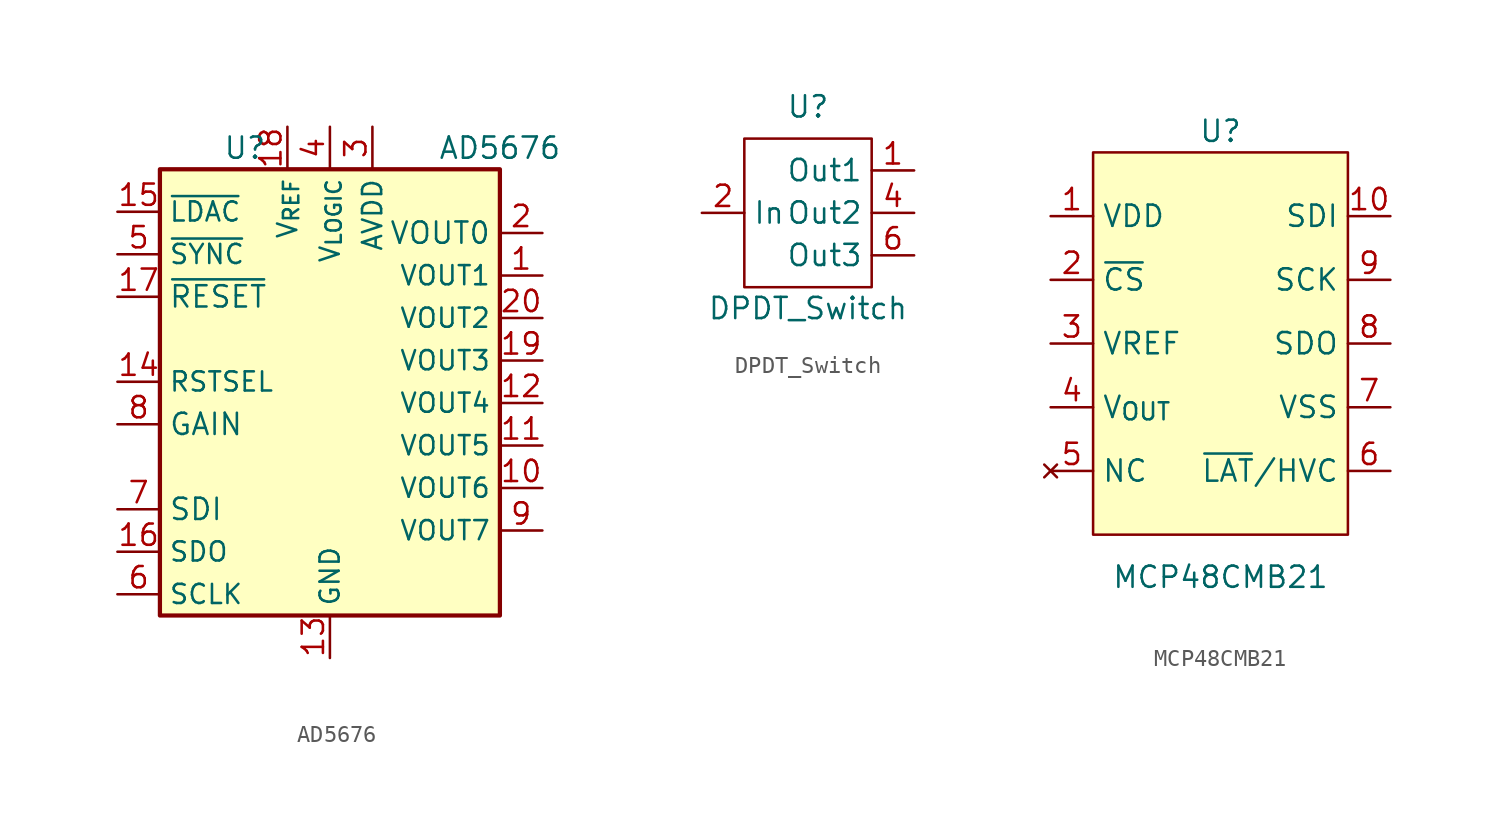
<source format=kicad_sym>
(kicad_symbol_lib
  (version 20211014)
  (generator kicad_symbol_editor)
  (symbol "AD5676"
    (property "Reference" "U"
      (at -5.08 13.97 0)
      (effects (font (size 1.27 1.27))))
    (property "Value" "AD5676"
      (at 10.16 13.97 0)
      (effects (font (size 1.27 1.27))))
    (symbol "AD5676_0_0"
      (pin input line (at -12.7 5.08 0) (length 2.54) (name "~{RESET}" (effects (font (size 1.27 1.27)))) (number "17" (effects (font (size 1.27 1.27)))))
      (pin output line (at 12.7 8.89 180) (length 2.54) (name "VOUT0" (effects (font (size 1.27 1.27)))) (number "2" (effects (font (size 1.27 1.27)))))
      (pin input line (at -12.7 -7.62 0) (length 2.54) (name "SDI" (effects (font (size 1.27 1.27)))) (number "7" (effects (font (size 1.27 1.27)))))
      (pin output line (at -12.7 -2.54 0) (length 2.54) (name "GAIN" (effects (font (size 1.27 1.27)))) (number "8" (effects (font (size 1.27 1.27))))))
    (symbol "AD5676_0_1"
      (rectangle (start -10.16 12.7) (end 10.16 -13.97) (stroke (width 0.254) (type default) (color 0 0 0 0)) (fill (type background))))
    (symbol "AD5676_1_1"
      (pin output line (at 12.7 6.35 180) (length 2.54) (name "VOUT1" (effects (font (size 1.143 1.143)))) (number "1" (effects (font (size 1.27 1.27)))))
      (pin output line (at 12.7 -6.35 180) (length 2.54) (name "VOUT6" (effects (font (size 1.143 1.143)))) (number "10" (effects (font (size 1.27 1.27)))))
      (pin output line (at 12.7 -3.81 180) (length 2.54) (name "VOUT5" (effects (font (size 1.143 1.143)))) (number "11" (effects (font (size 1.27 1.27)))))
      (pin output line (at 12.7 -1.27 180) (length 2.54) (name "VOUT4" (effects (font (size 1.143 1.143)))) (number "12" (effects (font (size 1.27 1.27)))))
      (pin power_in line (at 0 -16.51 90) (length 2.54) (name "GND" (effects (font (size 1.143 1.143)))) (number "13" (effects (font (size 1.27 1.27)))))
      (pin bidirectional line (at -12.7 0 0) (length 2.54) (name "RSTSEL" (effects (font (size 1.143 1.143)))) (number "14" (effects (font (size 1.27 1.27)))))
      (pin input line (at -12.7 10.16 0) (length 2.54) (name "~{LDAC}" (effects (font (size 1.143 1.143)))) (number "15" (effects (font (size 1.27 1.27)))))
      (pin output line (at -12.7 -10.16 0) (length 2.54) (name "SDO" (effects (font (size 1.143 1.143)))) (number "16" (effects (font (size 1.27 1.27)))))
      (pin input line (at -2.54 15.24 270) (length 2.54) (name "V_{REF}" (effects (font (size 1.143 1.143)))) (number "18" (effects (font (size 1.27 1.27)))))
      (pin output line (at 12.7 1.27 180) (length 2.54) (name "VOUT3" (effects (font (size 1.143 1.143)))) (number "19" (effects (font (size 1.27 1.27)))))
      (pin output line (at 12.7 3.81 180) (length 2.54) (name "VOUT2" (effects (font (size 1.143 1.143)))) (number "20" (effects (font (size 1.27 1.27)))))
      (pin power_in line (at 2.54 15.24 270) (length 2.54) (name "AVDD" (effects (font (size 1.143 1.143)))) (number "3" (effects (font (size 1.27 1.27)))))
      (pin power_in line (at 0 15.24 270) (length 2.54) (name "V_{LOGIC}" (effects (font (size 1.143 1.143)))) (number "4" (effects (font (size 1.27 1.27)))))
      (pin input line (at -12.7 7.62 0) (length 2.54) (name "~{SYNC}" (effects (font (size 1.143 1.143)))) (number "5" (effects (font (size 1.27 1.27)))))
      (pin input line (at -12.7 -12.7 0) (length 2.54) (name "SCLK" (effects (font (size 1.143 1.143)))) (number "6" (effects (font (size 1.27 1.27)))))
      (pin output line (at 12.7 -8.89 180) (length 2.54) (name "VOUT7" (effects (font (size 1.143 1.143)))) (number "9" (effects (font (size 1.27 1.27)))))))
  (symbol "DPDT_Switch"
    (property "Reference" "U"
      (at 0 5.08 0)
      (effects (font (size 1.27 1.27))))
    (property "Value" "DPDT_Switch"
      (at 0 -6.985 0)
      (effects (font (size 1.27 1.27))))
    (symbol "DPDT_Switch_0_1"
      (rectangle (start -3.81 3.175) (end 3.81 -5.715) (stroke (width 0) (type default) (color 0 0 0 0)) (fill (type none))))
    (symbol "DPDT_Switch_1_1"
      (pin passive line (at 6.35 1.27 180) (length 2.54) (name "Out1" (effects (font (size 1.27 1.27)))) (number "1" (effects (font (size 1.27 1.27)))))
      (pin passive line (at -6.35 -1.27 0) (length 2.54) (name "In" (effects (font (size 1.27 1.27)))) (number "2" (effects (font (size 1.27 1.27)))))
      (pin passive line (at -6.35 -3.81 0) (length 2.54) hide (name "Pin3" (effects (font (size 1.27 1.27)))) (number "3" (effects (font (size 1.27 1.27)))))
      (pin passive line (at 6.35 -1.27 180) (length 2.54) (name "Out2" (effects (font (size 1.27 1.27)))) (number "4" (effects (font (size 1.27 1.27)))))
      (pin passive line (at -6.35 -3.81 0) (length 2.54) hide (name "Pin5" (effects (font (size 1.27 1.27)))) (number "5" (effects (font (size 1.27 1.27)))))
      (pin passive line (at 6.35 -3.81 180) (length 2.54) (name "Out3" (effects (font (size 1.27 1.27)))) (number "6" (effects (font (size 1.27 1.27)))))))
  (symbol "MCP48CMB21"
    (property "Reference" "U"
      (at 0 12.7 0)
      (effects (font (size 1.27 1.27))))
    (property "Value" "MCP48CMB21"
      (at 0 -13.97 0)
      (effects (font (size 1.27 1.27))))
    (symbol "MCP48CMB21_0_0"
      (pin power_in line (at -10.16 7.62 0) (length 2.54) (name "VDD" (effects (font (size 1.27 1.27)))) (number "1" (effects (font (size 1.27 1.27)))))
      (pin input line (at 10.16 7.62 180) (length 2.54) (name "SDI" (effects (font (size 1.27 1.27)))) (number "10" (effects (font (size 1.27 1.27)))))
      (pin bidirectional line (at -10.16 3.81 0) (length 2.54) (name "~{CS}" (effects (font (size 1.27 1.27)))) (number "2" (effects (font (size 1.27 1.27)))))
      (pin bidirectional line (at -10.16 0 0) (length 2.54) (name "VREF" (effects (font (size 1.27 1.27)))) (number "3" (effects (font (size 1.27 1.27)))))
      (pin bidirectional line (at -10.16 -3.81 0) (length 2.54) (name "V_{OUT}" (effects (font (size 1.27 1.27)))) (number "4" (effects (font (size 1.27 1.27)))))
      (pin no_connect line (at -10.16 -7.62 0) (length 2.54) (name "NC" (effects (font (size 1.27 1.27)))) (number "5" (effects (font (size 1.27 1.27)))))
      (pin input line (at 10.16 -7.62 180) (length 2.54) (name "~{LAT}/HVC" (effects (font (size 1.27 1.27)))) (number "6" (effects (font (size 1.27 1.27)))))
      (pin power_in line (at 10.16 -3.81 180) (length 2.54) (name "VSS" (effects (font (size 1.27 1.27)))) (number "7" (effects (font (size 1.27 1.27)))))
      (pin output line (at 10.16 0 180) (length 2.54) (name "SDO" (effects (font (size 1.27 1.27)))) (number "8" (effects (font (size 1.27 1.27)))))
      (pin output line (at 10.16 3.81 180) (length 2.54) (name "SCK" (effects (font (size 1.27 1.27)))) (number "9" (effects (font (size 1.27 1.27))))))
    (symbol "MCP48CMB21_0_1"
      (rectangle (start -7.62 11.43) (end 7.62 -11.43) (stroke (width 0) (type default) (color 0 0 0 0)) (fill (type background))))))
</source>
